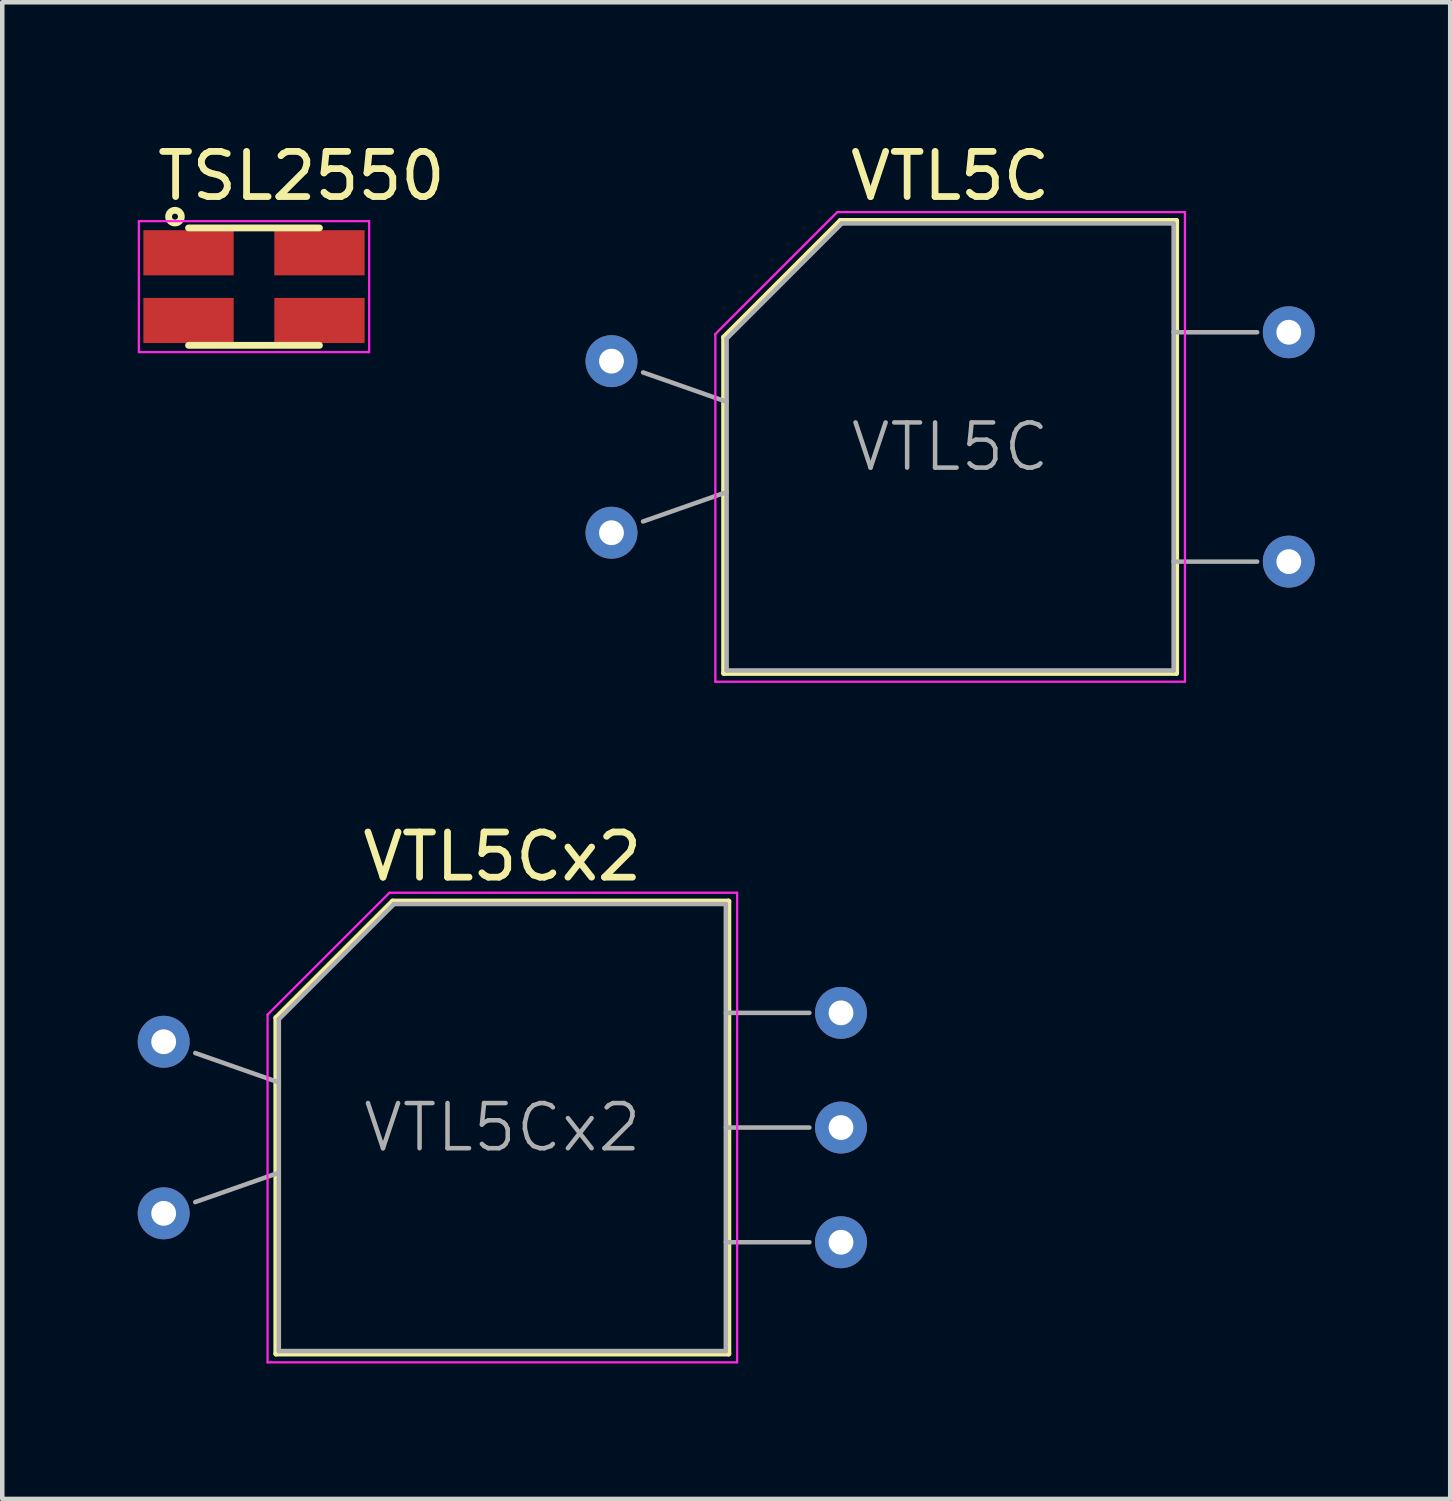
<source format=kicad_pcb>
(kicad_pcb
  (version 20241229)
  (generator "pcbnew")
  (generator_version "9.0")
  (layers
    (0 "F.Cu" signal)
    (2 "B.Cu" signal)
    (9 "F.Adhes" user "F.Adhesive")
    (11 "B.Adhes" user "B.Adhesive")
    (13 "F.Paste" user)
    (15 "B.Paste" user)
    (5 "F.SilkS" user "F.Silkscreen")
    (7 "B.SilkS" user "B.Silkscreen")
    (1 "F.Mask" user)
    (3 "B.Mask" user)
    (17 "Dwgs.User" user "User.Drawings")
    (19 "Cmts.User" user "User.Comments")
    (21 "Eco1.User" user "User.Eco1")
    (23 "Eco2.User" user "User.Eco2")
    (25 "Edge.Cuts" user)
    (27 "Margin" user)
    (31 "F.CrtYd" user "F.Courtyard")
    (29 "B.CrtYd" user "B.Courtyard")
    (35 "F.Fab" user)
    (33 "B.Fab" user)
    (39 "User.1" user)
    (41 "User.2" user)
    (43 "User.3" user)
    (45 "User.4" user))
  (footprint "VTL5Cx2"
    (layer "F.Cu")
    (at 0.575 20.021)
    (property "Reference" "VTL5Cx2" (at 7.5 -4.1 0) (layer "F.SilkS") (effects (font (size 1 1) (thickness 0.15))))
    (attr through_hole)
    (fp_line (start 2.49 -0.53) (end 2.49 6.91) (stroke (width 0.12) (type solid)) (layer "F.SilkS"))
    (fp_line (start 2.49 6.91) (end 12.51 6.91) (stroke (width 0.12) (type solid)) (layer "F.SilkS"))
    (fp_line (start 5.07 -3.11) (end 2.49 -0.53) (stroke (width 0.12) (type solid)) (layer "F.SilkS"))
    (fp_line (start 12.51 -3.11) (end 5.07 -3.11) (stroke (width 0.12) (type solid)) (layer "F.SilkS"))
    (fp_line (start 12.51 6.91) (end 12.51 -3.11) (stroke (width 0.12) (type solid)) (layer "F.SilkS"))
    (fp_line (start 2.3 -0.6) (end 5 -3.3) (stroke (width 0.05) (type solid)) (layer "F.CrtYd"))
    (fp_line (start 2.3 7.1) (end 2.3 -0.6) (stroke (width 0.05) (type solid)) (layer "F.CrtYd"))
    (fp_line (start 5 -3.3) (end 12.7 -3.3) (stroke (width 0.05) (type solid)) (layer "F.CrtYd"))
    (fp_line (start 12.7 -3.3) (end 12.7 7.1) (stroke (width 0.05) (type solid)) (layer "F.CrtYd"))
    (fp_line (start 12.7 7.1) (end 2.3 7.1) (stroke (width 0.05) (type solid)) (layer "F.CrtYd"))
    (fp_line (start 0.7 0.25) (end 2.55 0.9) (stroke (width 0.1) (type solid)) (layer "F.Fab"))
    (fp_line (start 0.7 3.55) (end 2.55 2.9) (stroke (width 0.1) (type solid)) (layer "F.Fab"))
    (fp_line (start 2.55 6.85) (end 2.55 -0.5) (stroke (width 0.1) (type solid)) (layer "F.Fab"))
    (fp_line (start 5.1 -3.05) (end 2.55 -0.5) (stroke (width 0.1) (type solid)) (layer "F.Fab"))
    (fp_line (start 5.1 -3.05) (end 12.45 -3.05) (stroke (width 0.1) (type solid)) (layer "F.Fab"))
    (fp_line (start 12.45 -3.05) (end 12.45 6.85) (stroke (width 0.1) (type solid)) (layer "F.Fab"))
    (fp_line (start 12.45 6.85) (end 2.55 6.85) (stroke (width 0.1) (type solid)) (layer "F.Fab"))
    (fp_line (start 14.3 -0.64) (end 12.45 -0.64) (stroke (width 0.1) (type solid)) (layer "F.Fab"))
    (fp_line (start 14.3 1.9) (end 12.45 1.9) (stroke (width 0.1) (type solid)) (layer "F.Fab"))
    (fp_line (start 14.3 4.44) (end 12.45 4.44) (stroke (width 0.1) (type solid)) (layer "F.Fab"))
    (fp_text user "${REFERENCE}" (at 7.5 1.9 0) (layer "F.Fab") (effects (font (size 1 1) (thickness 0.1))))
    (pad "1" thru_hole circle (at 0 0) (size 1.15 1.15) (drill 0.55) (layers "*.Cu" "*.Mask"))
    (pad "2" thru_hole circle (at 0 3.8) (size 1.15 1.15) (drill 0.55) (layers "*.Cu" "*.Mask"))
    (pad "3" thru_hole circle (at 15 -0.64) (size 1.15 1.15) (drill 0.55) (layers "*.Cu" "*.Mask"))
    (pad "4" thru_hole circle (at 15 1.9) (size 1.15 1.15) (drill 0.55) (layers "*.Cu" "*.Mask"))
    (pad "5" thru_hole circle (at 15 4.44) (size 1.15 1.15) (drill 0.55) (layers "*.Cu" "*.Mask")))
  (footprint "VTL5C"
    (layer "F.Cu")
    (at 10.492 4.948)
    (property "Reference" "VTL5C" (at 7.5 -4.1 0) (layer "F.SilkS") (effects (font (size 1 1) (thickness 0.15))))
    (attr through_hole)
    (fp_line (start 2.49 -0.53) (end 2.49 6.91) (stroke (width 0.12) (type solid)) (layer "F.SilkS"))
    (fp_line (start 2.49 6.91) (end 12.51 6.91) (stroke (width 0.12) (type solid)) (layer "F.SilkS"))
    (fp_line (start 5.07 -3.11) (end 2.49 -0.53) (stroke (width 0.12) (type solid)) (layer "F.SilkS"))
    (fp_line (start 12.51 -3.11) (end 5.07 -3.11) (stroke (width 0.12) (type solid)) (layer "F.SilkS"))
    (fp_line (start 12.51 6.91) (end 12.51 -3.11) (stroke (width 0.12) (type solid)) (layer "F.SilkS"))
    (fp_line (start 2.3 -0.6) (end 5 -3.3) (stroke (width 0.05) (type solid)) (layer "F.CrtYd"))
    (fp_line (start 2.3 7.1) (end 2.3 -0.6) (stroke (width 0.05) (type solid)) (layer "F.CrtYd"))
    (fp_line (start 5 -3.3) (end 12.7 -3.3) (stroke (width 0.05) (type solid)) (layer "F.CrtYd"))
    (fp_line (start 12.7 -3.3) (end 12.7 7.1) (stroke (width 0.05) (type solid)) (layer "F.CrtYd"))
    (fp_line (start 12.7 7.1) (end 2.3 7.1) (stroke (width 0.05) (type solid)) (layer "F.CrtYd"))
    (fp_line (start 0.7 0.25) (end 2.55 0.9) (stroke (width 0.1) (type solid)) (layer "F.Fab"))
    (fp_line (start 0.7 3.55) (end 2.55 2.9) (stroke (width 0.1) (type solid)) (layer "F.Fab"))
    (fp_line (start 2.55 6.85) (end 2.55 -0.5) (stroke (width 0.1) (type solid)) (layer "F.Fab"))
    (fp_line (start 5.1 -3.05) (end 2.55 -0.5) (stroke (width 0.1) (type solid)) (layer "F.Fab"))
    (fp_line (start 5.1 -3.05) (end 12.45 -3.05) (stroke (width 0.1) (type solid)) (layer "F.Fab"))
    (fp_line (start 12.45 -3.05) (end 12.45 6.85) (stroke (width 0.1) (type solid)) (layer "F.Fab"))
    (fp_line (start 12.45 6.85) (end 2.55 6.85) (stroke (width 0.1) (type solid)) (layer "F.Fab"))
    (fp_line (start 14.3 -0.64) (end 12.45 -0.64) (stroke (width 0.1) (type solid)) (layer "F.Fab"))
    (fp_line (start 14.3 4.44) (end 12.45 4.44) (stroke (width 0.1) (type solid)) (layer "F.Fab"))
    (fp_text user "${REFERENCE}" (at 7.5 1.9 0) (layer "F.Fab") (effects (font (size 1 1) (thickness 0.1))))
    (pad "1" thru_hole circle (at 0 0) (size 1.15 1.15) (drill 0.55) (layers "*.Cu" "*.Mask"))
    (pad "2" thru_hole circle (at 0 3.8) (size 1.15 1.15) (drill 0.55) (layers "*.Cu" "*.Mask"))
    (pad "3" thru_hole circle (at 15 -0.64) (size 1.15 1.15) (drill 0.55) (layers "*.Cu" "*.Mask"))
    (pad "4" thru_hole circle (at 15 4.44) (size 1.15 1.15) (drill 0.55) (layers "*.Cu" "*.Mask")))
  (footprint "TSL2550"
    (layer "F.Cu")
    (at 2.575 3.298)
    (property "Reference" "TSL2550" (at 1.05 -2.45 0) (layer "F.SilkS") (effects (font (size 1 1) (thickness 0.15))))
    (attr smd)
    (fp_line (start -1.45 -1.3) (end 1.45 -1.3) (stroke (width 0.15) (type solid)) (layer "F.SilkS"))
    (fp_line (start 1.45 1.3) (end -1.45 1.3) (stroke (width 0.15) (type solid)) (layer "F.SilkS"))
    (fp_circle (center -1.75 -1.55) (end -1.65 -1.45) (stroke (width 0.15) (type solid)) (fill no) (layer "F.SilkS"))
    (fp_line (start -2.55 -1.45) (end -2.55 1.45) (stroke (width 0.05) (type solid)) (layer "F.CrtYd"))
    (fp_line (start -2.55 1.45) (end 2.55 1.45) (stroke (width 0.05) (type solid)) (layer "F.CrtYd"))
    (fp_line (start 2.55 -1.45) (end -2.55 -1.45) (stroke (width 0.05) (type solid)) (layer "F.CrtYd"))
    (fp_line (start 2.55 1.45) (end 2.55 -1.45) (stroke (width 0.05) (type solid)) (layer "F.CrtYd"))
    (pad "1" smd rect (at -1.45 -0.75) (size 2 1) (layers "F.Cu" "F.Mask" "F.Paste"))
    (pad "2" smd rect (at -1.45 0.75) (size 2 1) (layers "F.Cu" "F.Mask" "F.Paste"))
    (pad "3" smd rect (at 1.45 0.75) (size 2 1) (layers "F.Cu" "F.Mask" "F.Paste"))
    (pad "4" smd rect (at 1.45 -0.75) (size 2 1) (layers "F.Cu" "F.Mask" "F.Paste")))
  (gr_rect
    (start -3 -3)
    (end 29.067 30.146)
    (stroke (width 0.1) (type default))
    (fill no)
    (layer "Edge.Cuts")))
</source>
